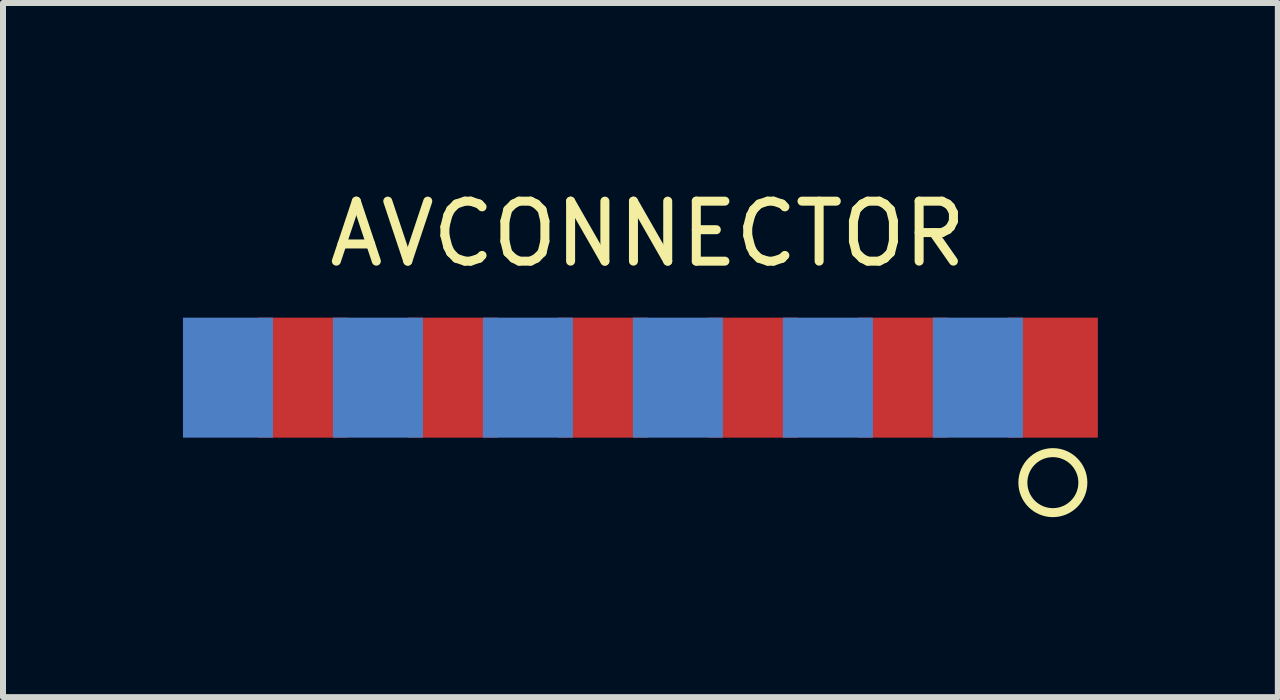
<source format=kicad_pcb>
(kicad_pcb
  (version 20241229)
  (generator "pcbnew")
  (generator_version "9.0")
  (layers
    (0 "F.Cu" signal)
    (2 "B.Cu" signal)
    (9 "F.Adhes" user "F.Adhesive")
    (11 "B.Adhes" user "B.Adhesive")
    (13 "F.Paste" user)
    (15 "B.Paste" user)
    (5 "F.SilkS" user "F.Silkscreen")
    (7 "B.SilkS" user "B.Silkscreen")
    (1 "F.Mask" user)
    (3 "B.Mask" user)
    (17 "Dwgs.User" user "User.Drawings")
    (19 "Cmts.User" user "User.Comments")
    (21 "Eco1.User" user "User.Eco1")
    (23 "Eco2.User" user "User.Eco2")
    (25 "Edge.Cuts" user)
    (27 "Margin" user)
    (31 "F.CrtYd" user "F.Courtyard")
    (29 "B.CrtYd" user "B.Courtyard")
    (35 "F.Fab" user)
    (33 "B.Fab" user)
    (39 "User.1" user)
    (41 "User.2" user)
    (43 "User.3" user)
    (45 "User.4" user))
  (footprint "AVCONNECTOR"
    (layer "F.Cu")
    (at 7.75 3.245)
    (property "Reference" "AVCONNECTOR" (at -0.003 -2.397 0) (layer "F.SilkS") (effects (font (size 1 1) (thickness 0.15))))
    (attr through_hole)
    (fp_circle (center 6.75 1.75) (end 7.25 1.75) (stroke (width 0.15) (type solid)) (fill no) (layer "F.SilkS"))
    (pad "1" connect rect (at 6.75 0) (size 1.5 2) (layers "F.Cu" "F.Mask"))
    (pad "2" connect rect (at 5.5 0) (size 1.5 2) (layers "B.Cu" "B.Mask"))
    (pad "3" connect rect (at 4.25 0) (size 1.5 2) (layers "F.Cu" "F.Mask"))
    (pad "4" connect rect (at 3 0) (size 1.5 2) (layers "B.Cu" "B.Mask"))
    (pad "5" connect rect (at 1.75 0) (size 1.5 2) (layers "F.Cu" "F.Mask"))
    (pad "6" connect rect (at 0.5 0) (size 1.5 2) (layers "B.Cu" "B.Mask"))
    (pad "7" connect rect (at -0.75 0) (size 1.5 2) (layers "F.Cu" "F.Mask"))
    (pad "8" connect rect (at -2 0) (size 1.5 2) (layers "B.Cu" "B.Mask"))
    (pad "9" connect rect (at -3.25 0) (size 1.5 2) (layers "F.Cu" "F.Mask"))
    (pad "10" connect rect (at -4.5 0) (size 1.5 2) (layers "B.Cu" "B.Mask"))
    (pad "11" connect rect (at -5.75 0) (size 1.5 2) (layers "F.Cu" "F.Mask"))
    (pad "12" connect rect (at -7 0) (size 1.5 2) (layers "B.Cu" "B.Mask")))
  (gr_rect
    (start -3 -3)
    (end 18.25 8.57)
    (stroke (width 0.1) (type default))
    (fill no)
    (layer "Edge.Cuts")))
</source>
